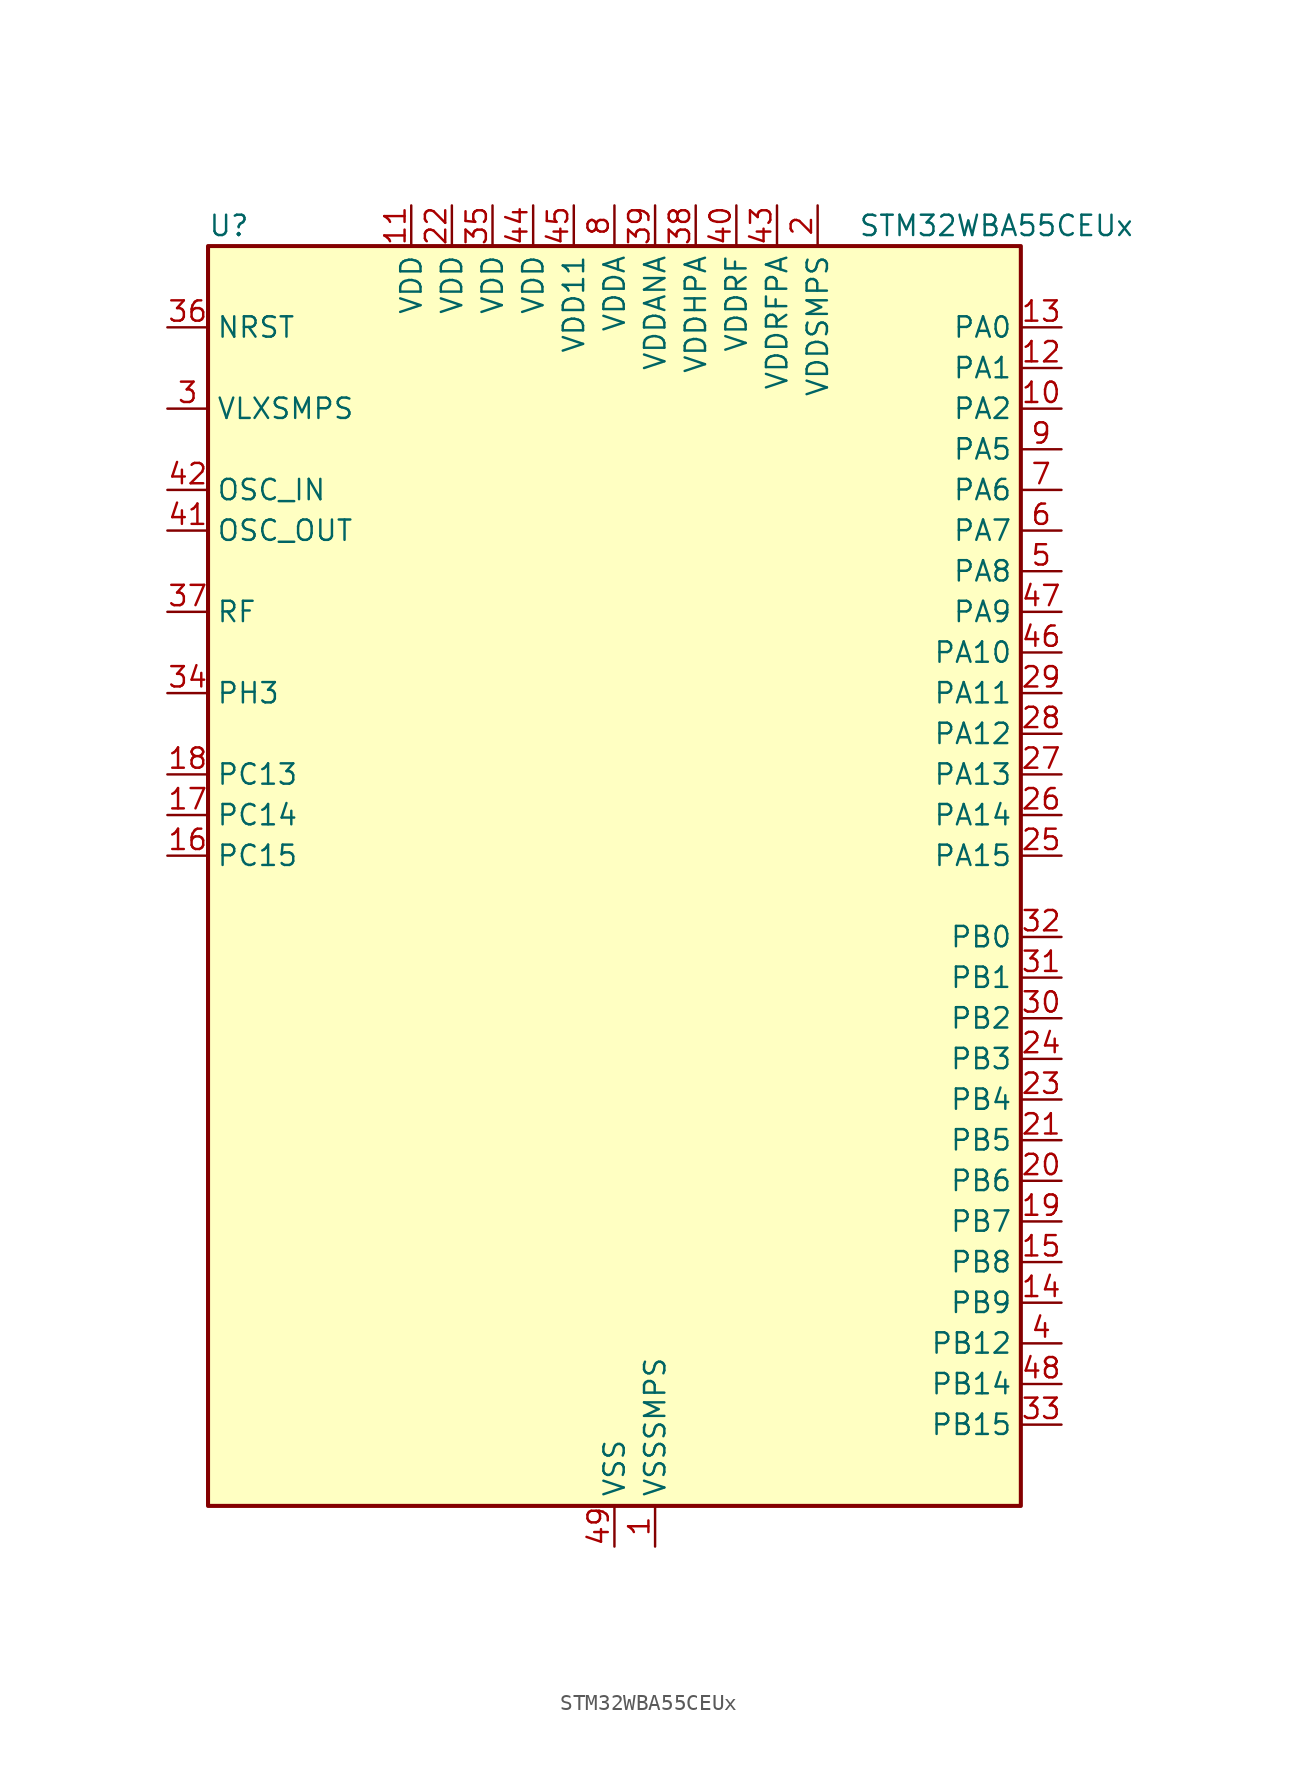
<source format=kicad_sym>
(kicad_symbol_lib
  (version 20241209)
  (generator "kicad_symbol_editor")
  (generator_version "9.0")
  (symbol "STM32WBA55CEUx"
    (property "Reference" "U"
      (at -25.4 41.91 0)
      (effects (font (size 1.27 1.27)) (justify left)))
    (property "Value" "STM32WBA55CEUx"
      (at 15.24 41.91 0)
      (effects (font (size 1.27 1.27)) (justify left)))
    (symbol "STM32WBA55CEUx_0_1"
      (rectangle (start -25.4 -38.1) (end 25.4 40.64) (stroke (width 0.254) (type default)) (fill (type background))))
    (symbol "STM32WBA55CEUx_1_1"
      (pin input line (at -27.94 35.56 0) (length 2.54) (name "NRST" (effects (font (size 1.27 1.27)))) (number "36" (effects (font (size 1.27 1.27)))))
      (pin power_in line (at -27.94 30.48 0) (length 2.54) (name "VLXSMPS" (effects (font (size 1.27 1.27)))) (number "3" (effects (font (size 1.27 1.27)))))
      (pin input line (at -27.94 25.4 0) (length 2.54) (name "OSC_IN" (effects (font (size 1.27 1.27)))) (number "42" (effects (font (size 1.27 1.27)))) (alternate "RCC_OSC_IN" bidirectional line))
      (pin input line (at -27.94 22.86 0) (length 2.54) (name "OSC_OUT" (effects (font (size 1.27 1.27)))) (number "41" (effects (font (size 1.27 1.27)))) (alternate "RCC_OSC_OUT" bidirectional line))
      (pin bidirectional line (at -27.94 17.78 0) (length 2.54) (name "RF" (effects (font (size 1.27 1.27)))) (number "37" (effects (font (size 1.27 1.27)))))
      (pin bidirectional line (at -27.94 12.7 0) (length 2.54) (name "PH3" (effects (font (size 1.27 1.27)))) (number "34" (effects (font (size 1.27 1.27)))) (alternate "PTA_GRANT" bidirectional line) (alternate "RF_EXTPABYP" bidirectional line) (alternate "TAMP_IN2" bidirectional line) (alternate "TAMP_OUT1" bidirectional line))
      (pin bidirectional line (at -27.94 7.62 0) (length 2.54) (name "PC13" (effects (font (size 1.27 1.27)))) (number "18" (effects (font (size 1.27 1.27)))) (alternate "PWR_WKUP2" bidirectional line) (alternate "RTC_OUT1" bidirectional line) (alternate "RTC_TS" bidirectional line) (alternate "TAMP_IN4" bidirectional line) (alternate "TAMP_OUT5" bidirectional line) (alternate "TIM1_BKIN2" bidirectional line) (alternate "TSC_G5_IO1" bidirectional line))
      (pin bidirectional line (at -27.94 5.08 0) (length 2.54) (name "PC14" (effects (font (size 1.27 1.27)))) (number "17" (effects (font (size 1.27 1.27)))) (alternate "RCC_OSC32_IN" bidirectional line))
      (pin bidirectional line (at -27.94 2.54 0) (length 2.54) (name "PC15" (effects (font (size 1.27 1.27)))) (number "16" (effects (font (size 1.27 1.27)))) (alternate "ADC4_EXTI15" bidirectional line) (alternate "RCC_OSC32_OUT" bidirectional line))
      (pin power_in line (at -12.7 43.18 270) (length 2.54) (name "VDD" (effects (font (size 1.27 1.27)))) (number "11" (effects (font (size 1.27 1.27)))))
      (pin power_in line (at -10.16 43.18 270) (length 2.54) (name "VDD" (effects (font (size 1.27 1.27)))) (number "22" (effects (font (size 1.27 1.27)))))
      (pin power_in line (at -7.62 43.18 270) (length 2.54) (name "VDD" (effects (font (size 1.27 1.27)))) (number "35" (effects (font (size 1.27 1.27)))))
      (pin power_in line (at -5.08 43.18 270) (length 2.54) (name "VDD" (effects (font (size 1.27 1.27)))) (number "44" (effects (font (size 1.27 1.27)))))
      (pin power_in line (at -2.54 43.18 270) (length 2.54) (name "VDD11" (effects (font (size 1.27 1.27)))) (number "45" (effects (font (size 1.27 1.27)))))
      (pin power_in line (at 0 43.18 270) (length 2.54) (name "VDDA" (effects (font (size 1.27 1.27)))) (number "8" (effects (font (size 1.27 1.27)))))
      (pin power_in line (at 0 -40.64 90) (length 2.54) (name "VSS" (effects (font (size 1.27 1.27)))) (number "49" (effects (font (size 1.27 1.27)))))
      (pin power_in line (at 2.54 43.18 270) (length 2.54) (name "VDDANA" (effects (font (size 1.27 1.27)))) (number "39" (effects (font (size 1.27 1.27)))))
      (pin power_in line (at 2.54 -40.64 90) (length 2.54) (name "VSSSMPS" (effects (font (size 1.27 1.27)))) (number "1" (effects (font (size 1.27 1.27)))))
      (pin power_in line (at 5.08 43.18 270) (length 2.54) (name "VDDHPA" (effects (font (size 1.27 1.27)))) (number "38" (effects (font (size 1.27 1.27)))))
      (pin power_in line (at 7.62 43.18 270) (length 2.54) (name "VDDRF" (effects (font (size 1.27 1.27)))) (number "40" (effects (font (size 1.27 1.27)))))
      (pin power_in line (at 10.16 43.18 270) (length 2.54) (name "VDDRFPA" (effects (font (size 1.27 1.27)))) (number "43" (effects (font (size 1.27 1.27)))))
      (pin power_in line (at 12.7 43.18 270) (length 2.54) (name "VDDSMPS" (effects (font (size 1.27 1.27)))) (number "2" (effects (font (size 1.27 1.27)))))
      (pin bidirectional line (at 27.94 35.56 180) (length 2.54) (name "PA0" (effects (font (size 1.27 1.27)))) (number "13" (effects (font (size 1.27 1.27)))) (alternate "ADC4_IN9" bidirectional line) (alternate "COMP2_INP" bidirectional line) (alternate "LPTIM1_IN1" bidirectional line) (alternate "LPUART1_CTS" bidirectional line) (alternate "PWR_WKUP1" bidirectional line) (alternate "SPI3_SCK" bidirectional line) (alternate "TIM1_CH2N" bidirectional line) (alternate "TIM3_CH3" bidirectional line) (alternate "TIM3_ETR" bidirectional line) (alternate "TSC_G2_IO2" bidirectional line))
      (pin bidirectional line (at 27.94 33.02 180) (length 2.54) (name "PA1" (effects (font (size 1.27 1.27)))) (number "12" (effects (font (size 1.27 1.27)))) (alternate "ADC4_IN8" bidirectional line) (alternate "COMP1_INM" bidirectional line) (alternate "LPTIM2_CH2" bidirectional line) (alternate "LPUART1_RX" bidirectional line) (alternate "PWR_WKUP3" bidirectional line) (alternate "SAI1_CK1" bidirectional line) (alternate "SPI1_RDY" bidirectional line) (alternate "TIM17_CH1" bidirectional line) (alternate "TIM1_CH1N" bidirectional line) (alternate "TIM3_CH2" bidirectional line) (alternate "TSC_G2_IO1" bidirectional line) (alternate "USART1_CK" bidirectional line))
      (pin bidirectional line (at 27.94 30.48 180) (length 2.54) (name "PA2" (effects (font (size 1.27 1.27)))) (number "10" (effects (font (size 1.27 1.27)))) (alternate "ADC4_IN7" bidirectional line) (alternate "COMP1_INP" bidirectional line) (alternate "LPUART1_TX" bidirectional line) (alternate "PWR_WKUP4" bidirectional line) (alternate "RCC_LSCO" bidirectional line) (alternate "SAI1_D1" bidirectional line) (alternate "TIM16_CH1" bidirectional line) (alternate "TIM1_BKIN" bidirectional line) (alternate "TIM3_CH1" bidirectional line) (alternate "TSC_G4_IO4" bidirectional line) (alternate "USART1_DE" bidirectional line) (alternate "USART1_RTS" bidirectional line))
      (pin bidirectional line (at 27.94 27.94 180) (length 2.54) (name "PA5" (effects (font (size 1.27 1.27)))) (number "9" (effects (font (size 1.27 1.27)))) (alternate "ADC4_IN4" bidirectional line) (alternate "AUDIOCLK" bidirectional line) (alternate "LPTIM2_ETR" bidirectional line) (alternate "PWR_CSLEEP" bidirectional line) (alternate "PWR_WKUP6" bidirectional line) (alternate "SAI1_D2" bidirectional line) (alternate "SPI3_NSS" bidirectional line) (alternate "TIM2_CH1" bidirectional line) (alternate "TIM2_ETR" bidirectional line) (alternate "TSC_G1_IO4" bidirectional line) (alternate "USART1_CK" bidirectional line))
      (pin bidirectional line (at 27.94 25.4 180) (length 2.54) (name "PA6" (effects (font (size 1.27 1.27)))) (number "7" (effects (font (size 1.27 1.27)))) (alternate "ADC4_IN3" bidirectional line) (alternate "I2C3_SCL" bidirectional line) (alternate "PWR_CSTOP" bidirectional line) (alternate "PWR_WKUP7" bidirectional line) (alternate "SAI1_CK2" bidirectional line) (alternate "SAI1_MCLK_A" bidirectional line) (alternate "SPI3_RDY" bidirectional line) (alternate "TIM2_CH4" bidirectional line) (alternate "TSC_G1_IO3" bidirectional line) (alternate "USART1_DE" bidirectional line) (alternate "USART1_RTS" bidirectional line))
      (pin bidirectional line (at 27.94 22.86 180) (length 2.54) (name "PA7" (effects (font (size 1.27 1.27)))) (number "6" (effects (font (size 1.27 1.27)))) (alternate "ADC4_IN2" bidirectional line) (alternate "COMP1_OUT" bidirectional line) (alternate "I2C3_SDA" bidirectional line) (alternate "PWR_WKUP8" bidirectional line) (alternate "SAI1_SCK_A" bidirectional line) (alternate "TAMP_IN1" bidirectional line) (alternate "TAMP_OUT2" bidirectional line) (alternate "TIM2_CH3" bidirectional line) (alternate "TSC_G1_IO2" bidirectional line) (alternate "USART1_CTS" bidirectional line))
      (pin bidirectional line (at 27.94 20.32 180) (length 2.54) (name "PA8" (effects (font (size 1.27 1.27)))) (number "5" (effects (font (size 1.27 1.27)))) (alternate "ADC4_IN1" bidirectional line) (alternate "LPTIM1_CH2" bidirectional line) (alternate "RCC_MCO" bidirectional line) (alternate "SAI1_FS_A" bidirectional line) (alternate "SPI3_RDY" bidirectional line) (alternate "TIM2_CH2" bidirectional line) (alternate "TSC_G1_IO1" bidirectional line) (alternate "USART1_RX" bidirectional line))
      (pin bidirectional line (at 27.94 17.78 180) (length 2.54) (name "PA9" (effects (font (size 1.27 1.27)))) (number "47" (effects (font (size 1.27 1.27)))) (alternate "LPUART1_DE" bidirectional line) (alternate "LPUART1_RTS" bidirectional line) (alternate "SAI1_CK1" bidirectional line) (alternate "TIM3_CH2" bidirectional line))
      (pin bidirectional line (at 27.94 15.24 180) (length 2.54) (name "PA10" (effects (font (size 1.27 1.27)))) (number "46" (effects (font (size 1.27 1.27)))) (alternate "LPUART1_RX" bidirectional line) (alternate "SAI1_D1" bidirectional line) (alternate "TIM3_CH1" bidirectional line))
      (pin bidirectional line (at 27.94 12.7 180) (length 2.54) (name "PA11" (effects (font (size 1.27 1.27)))) (number "29" (effects (font (size 1.27 1.27)))) (alternate "LPTIM2_CH1" bidirectional line) (alternate "RF_ANTSW1" bidirectional line) (alternate "TIM1_CH1" bidirectional line) (alternate "USART2_RX" bidirectional line))
      (pin bidirectional line (at 27.94 10.16 180) (length 2.54) (name "PA12" (effects (font (size 1.27 1.27)))) (number "28" (effects (font (size 1.27 1.27)))) (alternate "COMP2_OUT" bidirectional line) (alternate "PTA_STATUS" bidirectional line) (alternate "PWR_WKUP6" bidirectional line) (alternate "RF_ANTSW0" bidirectional line) (alternate "SPI1_NSS" bidirectional line) (alternate "TIM1_CH2" bidirectional line) (alternate "TSC_G3_IO4" bidirectional line) (alternate "USART2_TX" bidirectional line))
      (pin bidirectional line (at 27.94 7.62 180) (length 2.54) (name "PA13" (effects (font (size 1.27 1.27)))) (number "27" (effects (font (size 1.27 1.27)))) (alternate "DEBUG_JTMS-SWDIO" bidirectional line) (alternate "IR_OUT" bidirectional line) (alternate "PTA_PRIORITY" bidirectional line))
      (pin bidirectional line (at 27.94 5.08 180) (length 2.54) (name "PA14" (effects (font (size 1.27 1.27)))) (number "26" (effects (font (size 1.27 1.27)))) (alternate "COMP2_OUT" bidirectional line) (alternate "DEBUG_JTCK-SWCLK" bidirectional line) (alternate "PTA_STATUS" bidirectional line) (alternate "TAMP_IN3" bidirectional line) (alternate "TAMP_OUT6" bidirectional line) (alternate "USART2_TX" bidirectional line))
      (pin bidirectional line (at 27.94 2.54 180) (length 2.54) (name "PA15" (effects (font (size 1.27 1.27)))) (number "25" (effects (font (size 1.27 1.27)))) (alternate "ADC4_EXTI15" bidirectional line) (alternate "DEBUG_JTDI" bidirectional line) (alternate "I2C1_SCL" bidirectional line) (alternate "LPTIM1_CH2" bidirectional line) (alternate "PTA_STATUS" bidirectional line) (alternate "SPI1_MOSI" bidirectional line) (alternate "TIM17_BKIN" bidirectional line) (alternate "TIM1_ETR" bidirectional line) (alternate "TSC_G3_IO3" bidirectional line) (alternate "USART2_DE" bidirectional line) (alternate "USART2_RTS" bidirectional line))
      (pin bidirectional line (at 27.94 -2.54 180) (length 2.54) (name "PB0" (effects (font (size 1.27 1.27)))) (number "32" (effects (font (size 1.27 1.27)))) (alternate "LPTIM2_IN2" bidirectional line) (alternate "TIM1_CH3N" bidirectional line) (alternate "USART2_TX" bidirectional line))
      (pin bidirectional line (at 27.94 -5.08 180) (length 2.54) (name "PB1" (effects (font (size 1.27 1.27)))) (number "31" (effects (font (size 1.27 1.27)))) (alternate "I2C1_SDA" bidirectional line) (alternate "I2C3_SDA" bidirectional line) (alternate "PWR_WKUP4" bidirectional line) (alternate "TIM1_CH2N" bidirectional line) (alternate "USART2_DE" bidirectional line) (alternate "USART2_RTS" bidirectional line))
      (pin bidirectional line (at 27.94 -7.62 180) (length 2.54) (name "PB2" (effects (font (size 1.27 1.27)))) (number "30" (effects (font (size 1.27 1.27)))) (alternate "I2C1_SCL" bidirectional line) (alternate "I2C3_SCL" bidirectional line) (alternate "PWR_WKUP1" bidirectional line) (alternate "RF_ANTSW2" bidirectional line) (alternate "RTC_OUT2" bidirectional line) (alternate "TIM1_CH1N" bidirectional line) (alternate "USART2_CTS" bidirectional line))
      (pin bidirectional line (at 27.94 -10.16 180) (length 2.54) (name "PB3" (effects (font (size 1.27 1.27)))) (number "24" (effects (font (size 1.27 1.27)))) (alternate "DEBUG_JTDO-SWO" bidirectional line) (alternate "I2C1_SDA" bidirectional line) (alternate "LPTIM1_IN2" bidirectional line) (alternate "PTA_ACTIVE" bidirectional line) (alternate "SPI1_MISO" bidirectional line) (alternate "TIM17_CH1N" bidirectional line) (alternate "TIM1_CH4" bidirectional line) (alternate "TSC_G3_IO2" bidirectional line) (alternate "USART2_CK" bidirectional line))
      (pin bidirectional line (at 27.94 -12.7 180) (length 2.54) (name "PB4" (effects (font (size 1.27 1.27)))) (number "23" (effects (font (size 1.27 1.27)))) (alternate "DEBUG_JTRST" bidirectional line) (alternate "LPTIM2_IN2" bidirectional line) (alternate "PTA_ACTIVE" bidirectional line) (alternate "PTA_PRIORITY" bidirectional line) (alternate "SAI1_MCLK_B" bidirectional line) (alternate "SPI1_SCK" bidirectional line) (alternate "TIM17_CH1" bidirectional line) (alternate "TIM1_CH3" bidirectional line) (alternate "TSC_G3_IO1" bidirectional line) (alternate "USART2_RX" bidirectional line))
      (pin bidirectional line (at 27.94 -15.24 180) (length 2.54) (name "PB5" (effects (font (size 1.27 1.27)))) (number "21" (effects (font (size 1.27 1.27)))) (alternate "LPUART1_TX" bidirectional line) (alternate "SAI1_D2" bidirectional line) (alternate "SAI1_FS_B" bidirectional line) (alternate "TIM3_CH1" bidirectional line) (alternate "TSC_G5_IO4" bidirectional line))
      (pin bidirectional line (at 27.94 -17.78 180) (length 2.54) (name "PB6" (effects (font (size 1.27 1.27)))) (number "20" (effects (font (size 1.27 1.27)))) (alternate "PWR_WKUP3" bidirectional line) (alternate "SAI1_SCK_B" bidirectional line) (alternate "TIM2_CH1" bidirectional line) (alternate "TIM2_ETR" bidirectional line) (alternate "TSC_G5_IO3" bidirectional line))
      (pin bidirectional line (at 27.94 -20.32 180) (length 2.54) (name "PB7" (effects (font (size 1.27 1.27)))) (number "19" (effects (font (size 1.27 1.27)))) (alternate "PWR_WKUP5" bidirectional line) (alternate "SAI1_SD_B" bidirectional line) (alternate "TAMP_IN5" bidirectional line) (alternate "TAMP_OUT4" bidirectional line) (alternate "TIM1_CH4N" bidirectional line) (alternate "TSC_G5_IO2" bidirectional line))
      (pin bidirectional line (at 27.94 -22.86 180) (length 2.54) (name "PB8" (effects (font (size 1.27 1.27)))) (number "15" (effects (font (size 1.27 1.27)))) (alternate "COMP1_OUT" bidirectional line) (alternate "LPTIM1_ETR" bidirectional line) (alternate "PWR_PVD_IN" bidirectional line) (alternate "SPI3_MOSI" bidirectional line) (alternate "TIM16_CH1N" bidirectional line) (alternate "TIM1_CH1" bidirectional line) (alternate "TIM3_ETR" bidirectional line) (alternate "TSC_G2_IO4" bidirectional line) (alternate "USART2_RX" bidirectional line))
      (pin bidirectional line (at 27.94 -25.4 180) (length 2.54) (name "PB9" (effects (font (size 1.27 1.27)))) (number "14" (effects (font (size 1.27 1.27)))) (alternate "ADC4_IN10" bidirectional line) (alternate "COMP2_INM" bidirectional line) (alternate "IR_OUT" bidirectional line) (alternate "LPTIM2_IN1" bidirectional line) (alternate "LPUART1_DE" bidirectional line) (alternate "LPUART1_RTS" bidirectional line) (alternate "PWR_WKUP8" bidirectional line) (alternate "SPI3_MISO" bidirectional line) (alternate "TIM16_CH1" bidirectional line) (alternate "TIM1_CH3N" bidirectional line) (alternate "TIM3_CH4" bidirectional line) (alternate "TSC_G2_IO3" bidirectional line))
      (pin bidirectional line (at 27.94 -27.94 180) (length 2.54) (name "PB12" (effects (font (size 1.27 1.27)))) (number "4" (effects (font (size 1.27 1.27)))) (alternate "SAI1_SD_A" bidirectional line) (alternate "SPI1_RDY" bidirectional line) (alternate "TIM2_CH1" bidirectional line) (alternate "TIM2_ETR" bidirectional line) (alternate "TIM3_ETR" bidirectional line) (alternate "TSC_SYNC" bidirectional line) (alternate "USART1_TX" bidirectional line))
      (pin bidirectional line (at 27.94 -30.48 180) (length 2.54) (name "PB14" (effects (font (size 1.27 1.27)))) (number "48" (effects (font (size 1.27 1.27)))) (alternate "PWR_WKUP7" bidirectional line) (alternate "RTC_REFIN" bidirectional line) (alternate "SAI1_SD_A" bidirectional line) (alternate "TIM3_CH3" bidirectional line) (alternate "TSC_G6_IO1" bidirectional line) (alternate "USART1_TX" bidirectional line))
      (pin bidirectional line (at 27.94 -33.02 180) (length 2.54) (name "PB15" (effects (font (size 1.27 1.27)))) (number "33" (effects (font (size 1.27 1.27)))) (alternate "ADC4_EXTI15" bidirectional line) (alternate "I2C1_SMBA" bidirectional line) (alternate "I2C3_SMBA" bidirectional line) (alternate "LPUART1_CTS" bidirectional line) (alternate "PTA_GRANT" bidirectional line) (alternate "RF_EXTPABYP" bidirectional line) (alternate "TIM16_BKIN" bidirectional line) (alternate "TIM1_BKIN2" bidirectional line) (alternate "USART2_CTS" bidirectional line)))))
</source>
